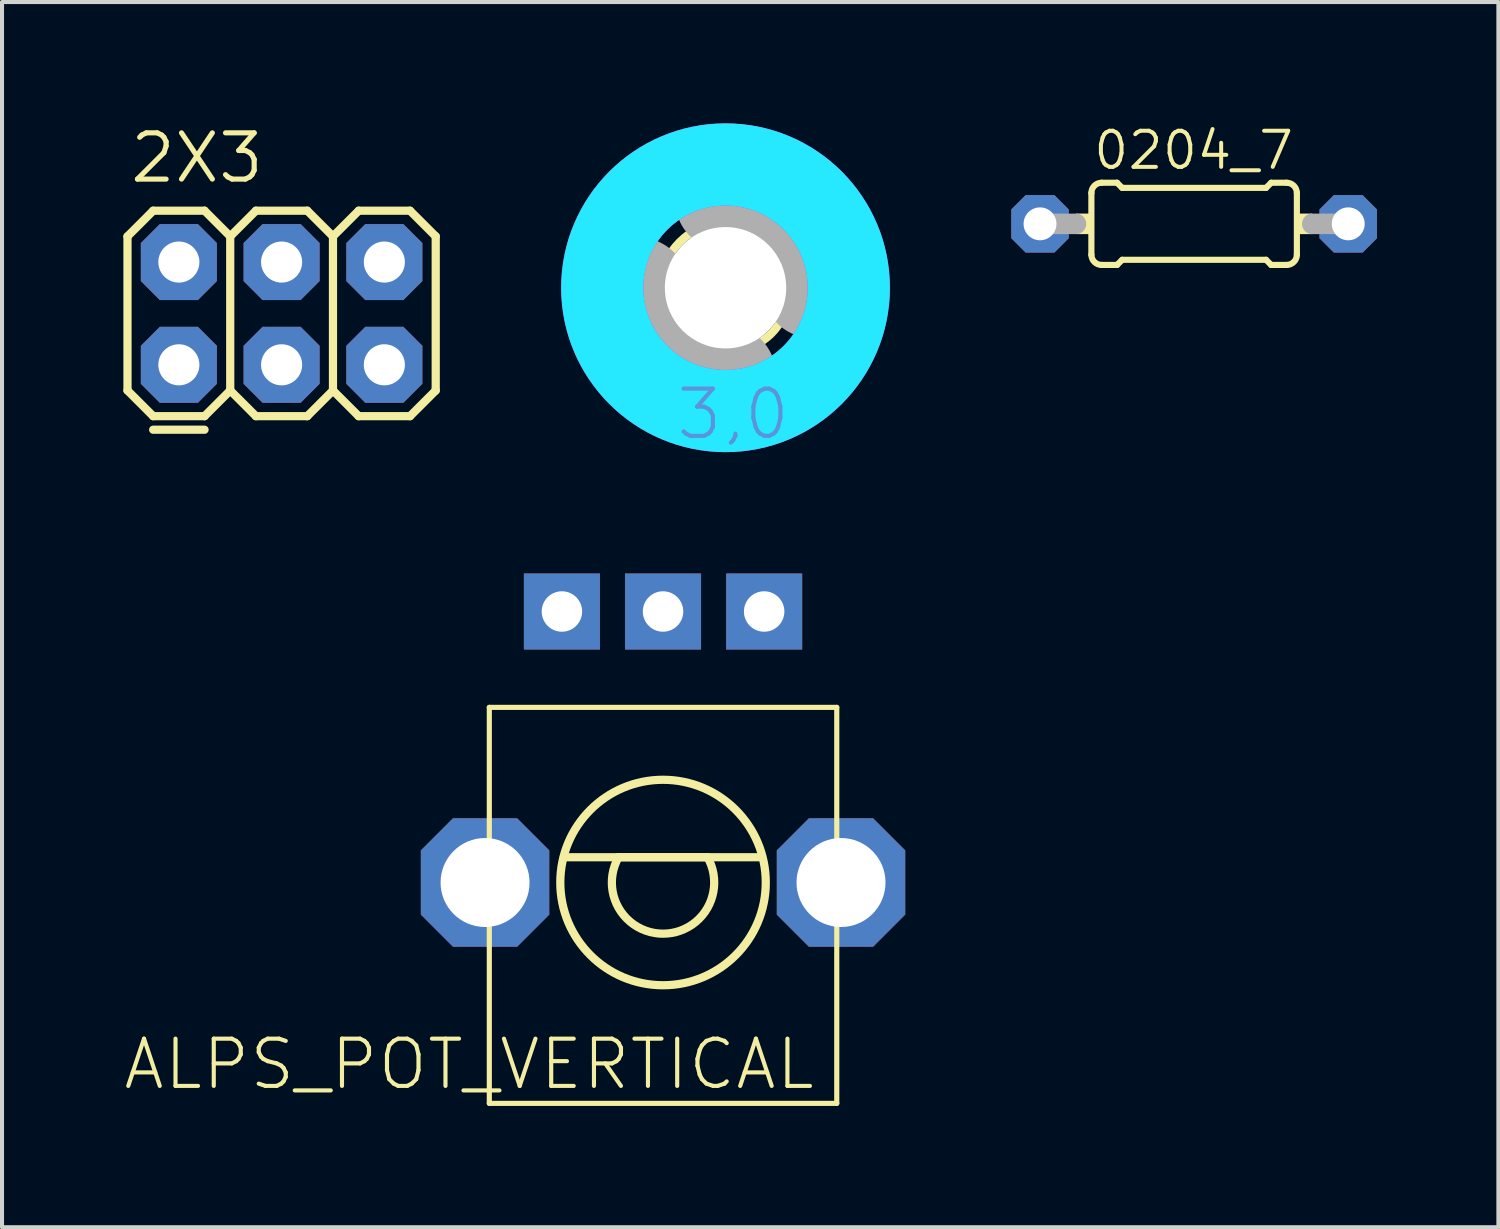
<source format=kicad_pcb>
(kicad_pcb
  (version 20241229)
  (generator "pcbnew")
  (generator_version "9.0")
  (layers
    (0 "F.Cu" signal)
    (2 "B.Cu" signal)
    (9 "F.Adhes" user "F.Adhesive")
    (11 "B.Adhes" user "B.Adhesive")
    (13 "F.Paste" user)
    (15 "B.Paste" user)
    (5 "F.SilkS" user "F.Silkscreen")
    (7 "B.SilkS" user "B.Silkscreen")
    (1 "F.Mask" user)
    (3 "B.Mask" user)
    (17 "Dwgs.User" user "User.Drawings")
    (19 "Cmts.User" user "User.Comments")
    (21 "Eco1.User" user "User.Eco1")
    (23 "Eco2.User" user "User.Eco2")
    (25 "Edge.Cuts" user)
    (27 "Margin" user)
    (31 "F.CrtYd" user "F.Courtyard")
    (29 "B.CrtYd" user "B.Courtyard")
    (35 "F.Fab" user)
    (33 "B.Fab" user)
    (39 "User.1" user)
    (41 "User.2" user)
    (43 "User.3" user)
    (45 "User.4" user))
  (footprint "3,0"
    (layer "F.Cu")
    (at 14.887 4.064)
    (property "Reference" "3,0" (at 0 0 0) (layer "F.SilkS") (effects (font (size 1.27 1.27) (thickness 0.15))))
    (fp_circle (center 0 0) (end 1.6 0) (stroke (width 0.203) (type solid)) (fill no) (layer "F.SilkS"))
    (fp_circle (center 0 0) (end 3.429 0) (stroke (width 0.152) (type solid)) (fill no) (layer "F.SilkS"))
    (fp_circle (center 0 0) (end 3.048 0) (stroke (width 2.032) (type solid)) (fill no) (layer "B.CrtYd"))
    (fp_circle (center 0 0) (end 3.048 0) (stroke (width 2.032) (type solid)) (fill no) (layer "F.CrtYd"))
    (fp_arc (start 0 -2.159) (mid 1.526644 -1.526644) (end 2.159 0) (stroke (width 2.4892) (type solid)) (layer "F.Fab"))
    (fp_arc (start 0 2.159) (mid -1.526644 1.526644) (end -2.159 0) (stroke (width 2.4892) (type solid)) (layer "F.Fab"))
    (fp_circle (center 0 0) (end 0.762 0) (stroke (width 0.457) (type solid)) (fill no) (layer "F.Fab"))
    (fp_text user "3,0" (at -1.27 3.81 0) (layer "Cmts.User") (effects (font (size 1.168 1.168) (thickness 0.102)) (justify left bottom)))
    (pad "" np_thru_hole circle (at 0 0) (size 3 3) (drill 3) (layers "*.Cu" "*.Mask"))
    (zone (net_name "") (layer "F.Cu") (hatch edge 0.508) (connect_pads) (min_thickness 0.254) (filled_areas_thickness no) (keepout (tracks not_allowed) (vias not_allowed) (pads not_allowed) (copperpour not_allowed) (footprints allowed)) (placement (enabled no)) (fill) (polygon (pts (xy 18.951 4.064) (xy 18.889 3.358) (xy 18.706 2.674) (xy 18.407 2.032) (xy 18 1.452) (xy 17.499 0.951) (xy 16.919 0.544) (xy 16.277 0.245) (xy 15.593 0.062) (xy 14.887 0) (xy 14.181 0.062) (xy 13.497 0.245) (xy 12.855 0.544) (xy 12.275 0.951) (xy 11.774 1.452) (xy 11.368 2.032) (xy 11.068 2.674) (xy 10.885 3.358) (xy 10.823 4.064) (xy 10.885 4.77) (xy 11.068 5.454) (xy 11.368 6.096) (xy 11.774 6.676) (xy 12.275 7.177) (xy 12.855 7.584) (xy 13.497 7.883) (xy 14.181 8.066) (xy 14.887 8.128) (xy 15.593 8.066) (xy 16.277 7.883) (xy 16.919 7.584) (xy 17.499 7.177) (xy 18 6.676) (xy 18.407 6.096) (xy 18.706 5.454) (xy 18.889 4.77))) (polygon (pts (xy 16.919 4.064) (xy 16.888 3.711) (xy 16.797 3.369) (xy 16.647 3.048) (xy 16.444 2.758) (xy 16.193 2.507) (xy 15.903 2.304) (xy 15.582 2.155) (xy 15.24 2.063) (xy 14.887 2.032) (xy 14.534 2.063) (xy 14.192 2.155) (xy 13.871 2.304) (xy 13.581 2.507) (xy 13.331 2.758) (xy 13.127 3.048) (xy 12.978 3.369) (xy 12.886 3.711) (xy 12.855 4.064) (xy 12.886 4.417) (xy 12.978 4.759) (xy 13.127 5.08) (xy 13.331 5.37) (xy 13.581 5.621) (xy 13.871 5.824) (xy 14.192 5.973) (xy 14.534 6.065) (xy 14.887 6.096) (xy 15.24 6.065) (xy 15.582 5.973) (xy 15.903 5.824) (xy 16.193 5.621) (xy 16.444 5.37) (xy 16.647 5.08) (xy 16.797 4.759) (xy 16.888 4.417))))
    (zone (net_name "") (layers "F.Cu" "B.Cu") (hatch edge 0.508) (connect_pads) (min_thickness 0.254) (filled_areas_thickness no) (keepout (tracks allowed) (vias not_allowed) (pads allowed) (copperpour allowed) (footprints allowed)) (placement (enabled no)) (fill) (polygon (pts (xy 18.951 4.064) (xy 18.889 3.358) (xy 18.706 2.674) (xy 18.407 2.032) (xy 18 1.452) (xy 17.499 0.951) (xy 16.919 0.544) (xy 16.277 0.245) (xy 15.593 0.062) (xy 14.887 0) (xy 14.181 0.062) (xy 13.497 0.245) (xy 12.855 0.544) (xy 12.275 0.951) (xy 11.774 1.452) (xy 11.368 2.032) (xy 11.068 2.674) (xy 10.885 3.358) (xy 10.823 4.064) (xy 10.885 4.77) (xy 11.068 5.454) (xy 11.368 6.096) (xy 11.774 6.676) (xy 12.275 7.177) (xy 12.855 7.584) (xy 13.497 7.883) (xy 14.181 8.066) (xy 14.887 8.128) (xy 15.593 8.066) (xy 16.277 7.883) (xy 16.919 7.584) (xy 17.499 7.177) (xy 18 6.676) (xy 18.407 6.096) (xy 18.706 5.454) (xy 18.889 4.77))) (polygon (pts (xy 16.919 4.064) (xy 16.888 3.711) (xy 16.797 3.369) (xy 16.647 3.048) (xy 16.444 2.758) (xy 16.193 2.507) (xy 15.903 2.304) (xy 15.582 2.155) (xy 15.24 2.063) (xy 14.887 2.032) (xy 14.534 2.063) (xy 14.192 2.155) (xy 13.871 2.304) (xy 13.581 2.507) (xy 13.331 2.758) (xy 13.127 3.048) (xy 12.978 3.369) (xy 12.886 3.711) (xy 12.855 4.064) (xy 12.886 4.417) (xy 12.978 4.759) (xy 13.127 5.08) (xy 13.331 5.37) (xy 13.581 5.621) (xy 13.871 5.824) (xy 14.192 5.973) (xy 14.534 6.065) (xy 14.887 6.096) (xy 15.24 6.065) (xy 15.582 5.973) (xy 15.903 5.824) (xy 16.193 5.621) (xy 16.444 5.37) (xy 16.647 5.08) (xy 16.797 4.759) (xy 16.888 4.417))))
    (zone (net_name "") (layer "B.Cu") (hatch edge 0.508) (connect_pads) (min_thickness 0.254) (filled_areas_thickness no) (keepout (tracks not_allowed) (vias not_allowed) (pads not_allowed) (copperpour not_allowed) (footprints allowed)) (placement (enabled no)) (fill) (polygon (pts (xy 18.951 4.064) (xy 18.889 3.358) (xy 18.706 2.674) (xy 18.407 2.032) (xy 18 1.452) (xy 17.499 0.951) (xy 16.919 0.544) (xy 16.277 0.245) (xy 15.593 0.062) (xy 14.887 0) (xy 14.181 0.062) (xy 13.497 0.245) (xy 12.855 0.544) (xy 12.275 0.951) (xy 11.774 1.452) (xy 11.368 2.032) (xy 11.068 2.674) (xy 10.885 3.358) (xy 10.823 4.064) (xy 10.885 4.77) (xy 11.068 5.454) (xy 11.368 6.096) (xy 11.774 6.676) (xy 12.275 7.177) (xy 12.855 7.584) (xy 13.497 7.883) (xy 14.181 8.066) (xy 14.887 8.128) (xy 15.593 8.066) (xy 16.277 7.883) (xy 16.919 7.584) (xy 17.499 7.177) (xy 18 6.676) (xy 18.407 6.096) (xy 18.706 5.454) (xy 18.889 4.77))) (polygon (pts (xy 16.919 4.064) (xy 16.888 3.711) (xy 16.797 3.369) (xy 16.647 3.048) (xy 16.444 2.758) (xy 16.193 2.507) (xy 15.903 2.304) (xy 15.582 2.155) (xy 15.24 2.063) (xy 14.887 2.032) (xy 14.534 2.063) (xy 14.192 2.155) (xy 13.871 2.304) (xy 13.581 2.507) (xy 13.331 2.758) (xy 13.127 3.048) (xy 12.978 3.369) (xy 12.886 3.711) (xy 12.855 4.064) (xy 12.886 4.417) (xy 12.978 4.759) (xy 13.127 5.08) (xy 13.331 5.37) (xy 13.581 5.621) (xy 13.871 5.824) (xy 14.192 5.973) (xy 14.534 6.065) (xy 14.887 6.096) (xy 15.24 6.065) (xy 15.582 5.973) (xy 15.903 5.824) (xy 16.193 5.621) (xy 16.444 5.37) (xy 16.647 5.08) (xy 16.797 4.759) (xy 16.888 4.417)))))
  (footprint "0204_7"
    (layer "F.Cu")
    (at 26.472 2.484)
    (property "Reference" "0204_7" (at -2.54 -1.295 0) (layer "F.SilkS") (effects (font (size 0.892 0.892) (thickness 0.099)) (justify left bottom)))
    (fp_line (start -2.54 0.762) (end -2.54 -0.762) (stroke (width 0.152) (type solid)) (layer "F.SilkS"))
    (fp_line (start -2.286 -1.016) (end -1.905 -1.016) (stroke (width 0.152) (type solid)) (layer "F.SilkS"))
    (fp_line (start -2.286 1.016) (end -1.905 1.016) (stroke (width 0.152) (type solid)) (layer "F.SilkS"))
    (fp_line (start -1.778 -0.889) (end -1.905 -1.016) (stroke (width 0.152) (type solid)) (layer "F.SilkS"))
    (fp_line (start -1.778 0.889) (end -1.905 1.016) (stroke (width 0.152) (type solid)) (layer "F.SilkS"))
    (fp_line (start 1.778 -0.889) (end -1.778 -0.889) (stroke (width 0.152) (type solid)) (layer "F.SilkS"))
    (fp_line (start 1.778 -0.889) (end 1.905 -1.016) (stroke (width 0.152) (type solid)) (layer "F.SilkS"))
    (fp_line (start 1.778 0.889) (end -1.778 0.889) (stroke (width 0.152) (type solid)) (layer "F.SilkS"))
    (fp_line (start 1.778 0.889) (end 1.905 1.016) (stroke (width 0.152) (type solid)) (layer "F.SilkS"))
    (fp_line (start 2.286 -1.016) (end 1.905 -1.016) (stroke (width 0.152) (type solid)) (layer "F.SilkS"))
    (fp_line (start 2.286 1.016) (end 1.905 1.016) (stroke (width 0.152) (type solid)) (layer "F.SilkS"))
    (fp_line (start 2.54 0.762) (end 2.54 -0.762) (stroke (width 0.152) (type solid)) (layer "F.SilkS"))
    (fp_arc (start -2.54 -0.762) (mid -2.465605 -0.941605) (end -2.286 -1.016) (stroke (width 0.1524) (type solid)) (layer "F.SilkS"))
    (fp_arc (start -2.286 1.016) (mid -2.465605 0.941605) (end -2.54 0.762) (stroke (width 0.1524) (type solid)) (layer "F.SilkS"))
    (fp_arc (start 2.286 -1.016) (mid 2.465605 -0.941605) (end 2.54 -0.762) (stroke (width 0.1524) (type solid)) (layer "F.SilkS"))
    (fp_arc (start 2.54 0.762) (mid 2.465605 0.941605) (end 2.286 1.016) (stroke (width 0.1524) (type solid)) (layer "F.SilkS"))
    (fp_poly (pts (xy -2.921 0.254) (xy -2.54 0.254) (xy -2.54 -0.254) (xy -2.921 -0.254)) (stroke (width 0) (type solid)) (fill yes) (layer "F.SilkS"))
    (fp_poly (pts (xy 2.54 0.254) (xy 2.921 0.254) (xy 2.921 -0.254) (xy 2.54 -0.254)) (stroke (width 0) (type solid)) (fill yes) (layer "F.SilkS"))
    (fp_line (start -3.81 0) (end -2.921 0) (stroke (width 0.508) (type solid)) (layer "F.Fab"))
    (fp_line (start 3.81 0) (end 2.921 0) (stroke (width 0.508) (type solid)) (layer "F.Fab"))
    (pad "1" thru_hole roundrect (at -3.81 0) (size 1.422 1.422) (drill 0.813) (layers "*.Cu" "*.Mask") (roundrect_rratio 0.25) (chamfer_ratio 0.25) (chamfer top_left top_right bottom_left bottom_right))
    (pad "2" thru_hole roundrect (at 3.81 0) (size 1.422 1.422) (drill 0.813) (layers "*.Cu" "*.Mask") (roundrect_rratio 0.25) (chamfer_ratio 0.25) (chamfer top_left top_right bottom_left bottom_right)))
  (footprint "2X3"
    (layer "F.Cu")
    (at 1.372 5.969)
    (property "Reference" "2X3" (at -1.27 -4.445 0) (layer "F.SilkS") (effects (font (size 1.143 1.143) (thickness 0.127)) (justify left bottom)))
    (fp_line (start -1.27 -3.175) (end -0.635 -3.81) (stroke (width 0.203) (type solid)) (layer "F.SilkS"))
    (fp_line (start -1.27 0.635) (end -1.27 -3.175) (stroke (width 0.203) (type solid)) (layer "F.SilkS"))
    (fp_line (start -1.27 0.635) (end -0.635 1.27) (stroke (width 0.203) (type solid)) (layer "F.SilkS"))
    (fp_line (start -0.635 -3.81) (end 0.635 -3.81) (stroke (width 0.203) (type solid)) (layer "F.SilkS"))
    (fp_line (start -0.635 1.27) (end 0.635 1.27) (stroke (width 0.203) (type solid)) (layer "F.SilkS"))
    (fp_line (start 0.635 -3.81) (end 1.27 -3.175) (stroke (width 0.203) (type solid)) (layer "F.SilkS"))
    (fp_line (start 0.635 1.27) (end 1.27 0.635) (stroke (width 0.203) (type solid)) (layer "F.SilkS"))
    (fp_line (start 0.635 1.605) (end -0.635 1.605) (stroke (width 0.203) (type solid)) (layer "F.SilkS"))
    (fp_line (start 1.27 -3.175) (end 1.27 0.635) (stroke (width 0.203) (type solid)) (layer "F.SilkS"))
    (fp_line (start 1.27 -3.175) (end 1.905 -3.81) (stroke (width 0.203) (type solid)) (layer "F.SilkS"))
    (fp_line (start 1.27 0.635) (end 1.905 1.27) (stroke (width 0.203) (type solid)) (layer "F.SilkS"))
    (fp_line (start 1.905 -3.81) (end 3.175 -3.81) (stroke (width 0.203) (type solid)) (layer "F.SilkS"))
    (fp_line (start 1.905 1.27) (end 3.175 1.27) (stroke (width 0.203) (type solid)) (layer "F.SilkS"))
    (fp_line (start 3.175 -3.81) (end 3.81 -3.175) (stroke (width 0.203) (type solid)) (layer "F.SilkS"))
    (fp_line (start 3.175 1.27) (end 3.81 0.635) (stroke (width 0.203) (type solid)) (layer "F.SilkS"))
    (fp_line (start 3.81 -3.175) (end 3.81 0.635) (stroke (width 0.203) (type solid)) (layer "F.SilkS"))
    (fp_line (start 3.81 -3.175) (end 4.445 -3.81) (stroke (width 0.203) (type solid)) (layer "F.SilkS"))
    (fp_line (start 3.81 0.635) (end 4.445 1.27) (stroke (width 0.203) (type solid)) (layer "F.SilkS"))
    (fp_line (start 4.445 -3.81) (end 5.715 -3.81) (stroke (width 0.203) (type solid)) (layer "F.SilkS"))
    (fp_line (start 4.445 1.27) (end 5.715 1.27) (stroke (width 0.203) (type solid)) (layer "F.SilkS"))
    (fp_line (start 5.715 -3.81) (end 6.35 -3.175) (stroke (width 0.203) (type solid)) (layer "F.SilkS"))
    (fp_line (start 5.715 1.27) (end 6.35 0.635) (stroke (width 0.203) (type solid)) (layer "F.SilkS"))
    (fp_line (start 6.35 -3.175) (end 6.35 0.635) (stroke (width 0.203) (type solid)) (layer "F.SilkS"))
    (fp_poly (pts (xy -0.254 -2.286) (xy 0.254 -2.286) (xy 0.254 -2.794) (xy -0.254 -2.794)) (stroke (width 0.1) (type solid)) (fill no) (layer "F.Fab"))
    (fp_poly (pts (xy -0.254 0.254) (xy 0.254 0.254) (xy 0.254 -0.254) (xy -0.254 -0.254)) (stroke (width 0.1) (type solid)) (fill no) (layer "F.Fab"))
    (fp_poly (pts (xy 2.286 -2.286) (xy 2.794 -2.286) (xy 2.794 -2.794) (xy 2.286 -2.794)) (stroke (width 0.1) (type solid)) (fill no) (layer "F.Fab"))
    (fp_poly (pts (xy 2.286 0.254) (xy 2.794 0.254) (xy 2.794 -0.254) (xy 2.286 -0.254)) (stroke (width 0.1) (type solid)) (fill no) (layer "F.Fab"))
    (fp_poly (pts (xy 4.826 -2.286) (xy 5.334 -2.286) (xy 5.334 -2.794) (xy 4.826 -2.794)) (stroke (width 0.1) (type solid)) (fill no) (layer "F.Fab"))
    (fp_poly (pts (xy 4.826 0.254) (xy 5.334 0.254) (xy 5.334 -0.254) (xy 4.826 -0.254)) (stroke (width 0.1) (type solid)) (fill no) (layer "F.Fab"))
    (pad "1" thru_hole roundrect (at 0 0) (size 1.88 1.88) (drill 1.016) (layers "*.Cu" "*.Mask") (roundrect_rratio 0.25) (chamfer_ratio 0.25) (chamfer top_left top_right bottom_left bottom_right))
    (pad "2" thru_hole roundrect (at 0 -2.54) (size 1.88 1.88) (drill 1.016) (layers "*.Cu" "*.Mask") (roundrect_rratio 0.25) (chamfer_ratio 0.25) (chamfer top_left top_right bottom_left bottom_right))
    (pad "3" thru_hole roundrect (at 2.54 0) (size 1.88 1.88) (drill 1.016) (layers "*.Cu" "*.Mask") (roundrect_rratio 0.25) (chamfer_ratio 0.25) (chamfer top_left top_right bottom_left bottom_right))
    (pad "4" thru_hole roundrect (at 2.54 -2.54) (size 1.88 1.88) (drill 1.016) (layers "*.Cu" "*.Mask") (roundrect_rratio 0.25) (chamfer_ratio 0.25) (chamfer top_left top_right bottom_left bottom_right))
    (pad "5" thru_hole roundrect (at 5.08 0) (size 1.88 1.88) (drill 1.016) (layers "*.Cu" "*.Mask") (roundrect_rratio 0.25) (chamfer_ratio 0.25) (chamfer top_left top_right bottom_left bottom_right))
    (pad "6" thru_hole roundrect (at 5.08 -2.54) (size 1.88 1.88) (drill 1.016) (layers "*.Cu" "*.Mask") (roundrect_rratio 0.25) (chamfer_ratio 0.25) (chamfer top_left top_right bottom_left bottom_right)))
  (footprint "ALPS_POT_VERTICAL"
    (layer "F.Cu")
    (at 13.342 18.768)
    (property "Reference" "ALPS_POT_VERTICAL" (at 3.81 3.81 0) (layer "F.SilkS") (effects (font (size 1.168 1.168) (thickness 0.102)) (justify right top)))
    (fp_line (start -4.295 -4.33) (end 4.295 -4.33) (stroke (width 0.127) (type solid)) (layer "F.SilkS"))
    (fp_line (start -4.295 5.46) (end -4.295 -4.33) (stroke (width 0.127) (type solid)) (layer "F.SilkS"))
    (fp_line (start -2.45 -0.625) (end 2.425 -0.625) (stroke (width 0.203) (type solid)) (layer "F.SilkS"))
    (fp_line (start -1.1 -0.625) (end 1.1 -0.625) (stroke (width 0.203) (type solid)) (layer "F.SilkS"))
    (fp_line (start 4.295 -4.33) (end 4.295 5.46) (stroke (width 0.127) (type solid)) (layer "F.SilkS"))
    (fp_line (start 4.295 5.46) (end -4.295 5.46) (stroke (width 0.127) (type solid)) (layer "F.SilkS"))
    (fp_arc (start 1.1 -0.625) (mid 0 1.265158) (end -1.1 -0.625) (stroke (width 0.2032) (type solid)) (layer "F.SilkS"))
    (fp_circle (center 0 0) (end 2.54 0) (stroke (width 0.203) (type solid)) (fill no) (layer "F.SilkS"))
    (pad "P$1" thru_hole rect (at -2.5 -6.7 270) (size 1.88 1.88) (drill 1) (layers "*.Cu" "*.Mask"))
    (pad "P$2" thru_hole rect (at 0 -6.7 270) (size 1.88 1.88) (drill 1) (layers "*.Cu" "*.Mask"))
    (pad "P$3" thru_hole rect (at 2.5 -6.7 270) (size 1.88 1.88) (drill 1) (layers "*.Cu" "*.Mask"))
    (pad "P$4" thru_hole roundrect (at -4.4 0 270) (size 3.175 3.175) (drill 2.2) (layers "*.Cu" "*.Mask") (roundrect_rratio 0.25) (chamfer_ratio 0.25) (chamfer top_left top_right bottom_left bottom_right))
    (pad "P$5" thru_hole roundrect (at 4.4 0 270) (size 3.175 3.175) (drill 2.2) (layers "*.Cu" "*.Mask") (roundrect_rratio 0.25) (chamfer_ratio 0.25) (chamfer top_left top_right bottom_left bottom_right)))
  (gr_rect
    (start -3 -3)
    (end 33.994 27.291)
    (stroke (width 0.1) (type default))
    (fill no)
    (layer "Edge.Cuts")))
</source>
